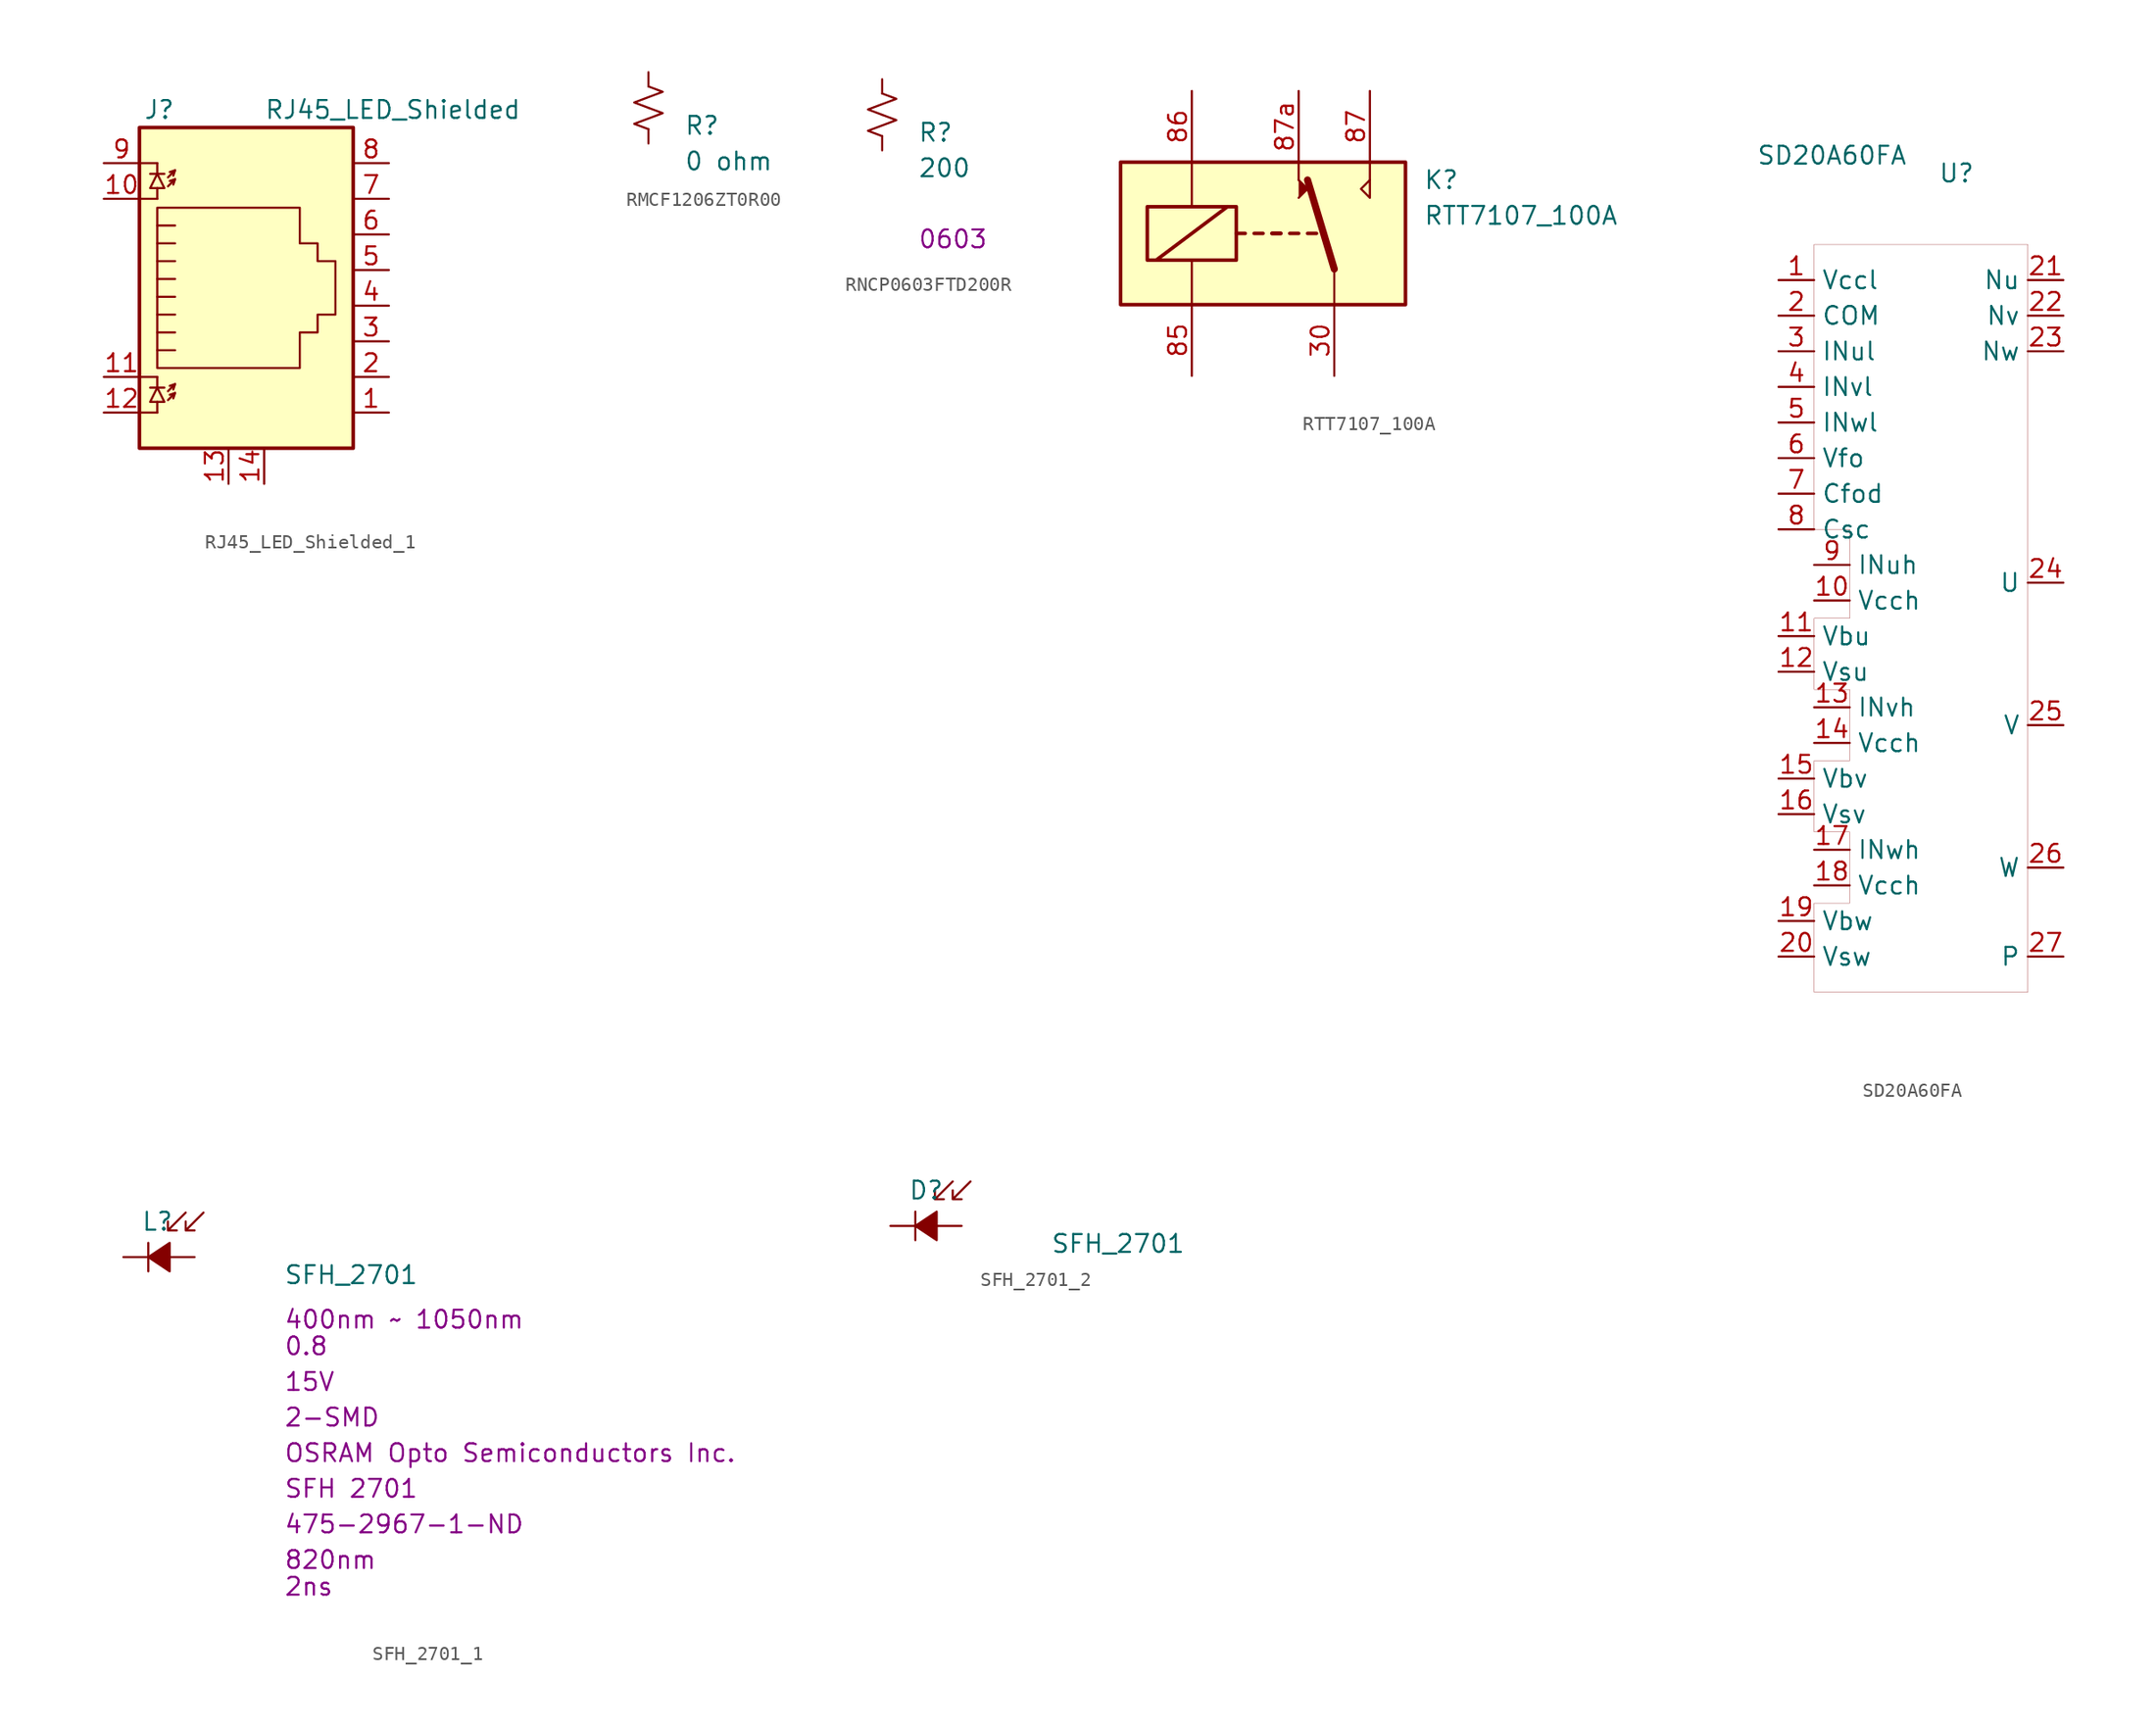
<source format=kicad_sym>
(kicad_symbol_lib
  (version 20231120)
  (generator "kicad_symbol_editor")
  (generator_version "8.0")
  (symbol "RJ45_LED_Shielded_1"
    (property "Reference" "J"
      (at -5.08 13.97 0)
      (effects (font (size 1.27 1.27)) (justify right)))
    (property "Value" "RJ45_LED_Shielded"
      (at 1.27 13.97 0)
      (effects (font (size 1.27 1.27)) (justify left)))
    (symbol "RJ45_LED_Shielded_1_0_0"
      (pin passive line (at 1.27 -12.7 90) (length 2.54) (name "~" (effects (font (size 1.27 1.27)))) (number "14" (effects (font (size 1.27 1.27))))))
    (symbol "RJ45_LED_Shielded_1_0_1"
      (polyline (pts (xy -7.62 -7.62) (xy -6.35 -7.62)) (stroke (width 0) (type default)) (fill (type none)))
      (polyline (pts (xy -7.62 -5.08) (xy -6.35 -5.08)) (stroke (width 0) (type default)) (fill (type none)))
      (polyline (pts (xy -7.62 7.62) (xy -6.35 7.62)) (stroke (width 0) (type default)) (fill (type none)))
      (polyline (pts (xy -7.62 10.16) (xy -6.35 10.16)) (stroke (width 0) (type default)) (fill (type none)))
      (polyline (pts (xy -6.858 -5.842) (xy -5.842 -5.842)) (stroke (width 0) (type default)) (fill (type none)))
      (polyline (pts (xy -6.858 9.398) (xy -5.842 9.398)) (stroke (width 0) (type default)) (fill (type none)))
      (polyline (pts (xy -6.35 -7.62) (xy -6.35 -6.858)) (stroke (width 0) (type default)) (fill (type none)))
      (polyline (pts (xy -6.35 -5.08) (xy -6.35 -5.842)) (stroke (width 0) (type default)) (fill (type none)))
      (polyline (pts (xy -6.35 7.62) (xy -6.35 8.382)) (stroke (width 0) (type default)) (fill (type none)))
      (polyline (pts (xy -6.35 10.16) (xy -6.35 9.398)) (stroke (width 0) (type default)) (fill (type none)))
      (polyline (pts (xy -5.08 -6.223) (xy -5.207 -6.604)) (stroke (width 0) (type default)) (fill (type none)))
      (polyline (pts (xy -5.08 -5.588) (xy -5.207 -5.969)) (stroke (width 0) (type default)) (fill (type none)))
      (polyline (pts (xy -5.08 4.445) (xy -6.35 4.445)) (stroke (width 0) (type default)) (fill (type none)))
      (polyline (pts (xy -5.08 5.715) (xy -6.35 5.715)) (stroke (width 0) (type default)) (fill (type none)))
      (polyline (pts (xy -5.08 9.017) (xy -5.207 8.636)) (stroke (width 0) (type default)) (fill (type none)))
      (polyline (pts (xy -5.08 9.652) (xy -5.207 9.271)) (stroke (width 0) (type default)) (fill (type none)))
      (polyline (pts (xy -6.35 -3.175) (xy -5.08 -3.175) (xy -5.08 -3.175)) (stroke (width 0) (type default)) (fill (type none)))
      (polyline (pts (xy -6.35 -1.905) (xy -5.08 -1.905) (xy -5.08 -1.905)) (stroke (width 0) (type default)) (fill (type none)))
      (polyline (pts (xy -6.35 -0.635) (xy -5.08 -0.635) (xy -5.08 -0.635)) (stroke (width 0) (type default)) (fill (type none)))
      (polyline (pts (xy -6.35 0.635) (xy -5.08 0.635) (xy -5.08 0.635)) (stroke (width 0) (type default)) (fill (type none)))
      (polyline (pts (xy -6.35 1.905) (xy -5.08 1.905) (xy -5.08 1.905)) (stroke (width 0) (type default)) (fill (type none)))
      (polyline (pts (xy -5.588 -6.731) (xy -5.08 -6.223) (xy -5.461 -6.35)) (stroke (width 0) (type default)) (fill (type none)))
      (polyline (pts (xy -5.588 -6.096) (xy -5.08 -5.588) (xy -5.461 -5.715)) (stroke (width 0) (type default)) (fill (type none)))
      (polyline (pts (xy -5.588 8.509) (xy -5.08 9.017) (xy -5.461 8.89)) (stroke (width 0) (type default)) (fill (type none)))
      (polyline (pts (xy -5.588 9.144) (xy -5.08 9.652) (xy -5.461 9.525)) (stroke (width 0) (type default)) (fill (type none)))
      (polyline (pts (xy -5.08 3.175) (xy -6.35 3.175) (xy -6.35 3.175)) (stroke (width 0) (type default)) (fill (type none)))
      (polyline (pts (xy -6.35 -5.842) (xy -6.858 -6.858) (xy -5.842 -6.858) (xy -6.35 -5.842)) (stroke (width 0) (type default)) (fill (type none)))
      (polyline (pts (xy -6.35 9.398) (xy -6.858 8.382) (xy -5.842 8.382) (xy -6.35 9.398)) (stroke (width 0) (type default)) (fill (type none)))
      (polyline (pts (xy -6.35 -4.445) (xy -6.35 6.985) (xy 3.81 6.985) (xy 3.81 4.445) (xy 5.08 4.445) (xy 5.08 3.175) (xy 6.35 3.175) (xy 6.35 -0.635) (xy 5.08 -0.635) (xy 5.08 -1.905) (xy 3.81 -1.905) (xy 3.81 -4.445) (xy -6.35 -4.445) (xy -6.35 -4.445)) (stroke (width 0) (type default)) (fill (type none)))
      (rectangle (start 7.62 12.7) (end -7.62 -10.16) (stroke (width 0.254) (type default)) (fill (type background))))
    (symbol "RJ45_LED_Shielded_1_1_1"
      (pin passive line (at 10.16 -7.62 180) (length 2.54) (name "~" (effects (font (size 1.27 1.27)))) (number "1" (effects (font (size 1.27 1.27)))))
      (pin passive line (at -10.16 7.62 0) (length 2.54) (name "~" (effects (font (size 1.27 1.27)))) (number "10" (effects (font (size 1.27 1.27)))))
      (pin passive line (at -10.16 -5.08 0) (length 2.54) (name "~" (effects (font (size 1.27 1.27)))) (number "11" (effects (font (size 1.27 1.27)))))
      (pin passive line (at -10.16 -7.62 0) (length 2.54) (name "~" (effects (font (size 1.27 1.27)))) (number "12" (effects (font (size 1.27 1.27)))))
      (pin passive line (at -1.27 -12.7 90) (length 2.54) (name "~" (effects (font (size 1.27 1.27)))) (number "13" (effects (font (size 1.27 1.27)))))
      (pin passive line (at 10.16 -5.08 180) (length 2.54) (name "~" (effects (font (size 1.27 1.27)))) (number "2" (effects (font (size 1.27 1.27)))))
      (pin passive line (at 10.16 -2.54 180) (length 2.54) (name "~" (effects (font (size 1.27 1.27)))) (number "3" (effects (font (size 1.27 1.27)))))
      (pin passive line (at 10.16 0 180) (length 2.54) (name "~" (effects (font (size 1.27 1.27)))) (number "4" (effects (font (size 1.27 1.27)))))
      (pin passive line (at 10.16 2.54 180) (length 2.54) (name "~" (effects (font (size 1.27 1.27)))) (number "5" (effects (font (size 1.27 1.27)))))
      (pin passive line (at 10.16 5.08 180) (length 2.54) (name "~" (effects (font (size 1.27 1.27)))) (number "6" (effects (font (size 1.27 1.27)))))
      (pin passive line (at 10.16 7.62 180) (length 2.54) (name "~" (effects (font (size 1.27 1.27)))) (number "7" (effects (font (size 1.27 1.27)))))
      (pin passive line (at 10.16 10.16 180) (length 2.54) (name "~" (effects (font (size 1.27 1.27)))) (number "8" (effects (font (size 1.27 1.27)))))
      (pin passive line (at -10.16 10.16 0) (length 2.54) (name "~" (effects (font (size 1.27 1.27)))) (number "9" (effects (font (size 1.27 1.27)))))))
  (symbol "RMCF1206ZT0R00"
    (pin_numbers hide)
    (pin_names
      (offset 0.254) hide)
    (property "Reference" "R"
      (at 2.54 -1.27 0)
      (effects (font (size 1.27 1.27)) (justify left)))
    (property "Value" "0 ohm"
      (at 2.54 -3.81 0)
      (effects (font (size 1.27 1.27)) (justify left)))
    (symbol "RMCF1206ZT0R00_1_1"
      (polyline (pts (xy 0 0) (xy 1.016 -0.381) (xy 0 -0.762) (xy -1.016 -1.143) (xy 0 -1.524)) (stroke (width 0) (type default)) (fill (type none)))
      (polyline (pts (xy 0 1.524) (xy 1.016 1.143) (xy 0 0.762) (xy -1.016 0.381) (xy 0 0)) (stroke (width 0) (type default)) (fill (type none)))
      (pin passive line (at 0 2.54 270) (length 1.016) (name "~" (effects (font (size 1.27 1.27)))) (number "1" (effects (font (size 1.27 1.27)))))
      (pin passive line (at 0 -2.54 90) (length 1.016) (name "~" (effects (font (size 1.27 1.27)))) (number "2" (effects (font (size 1.27 1.27)))))))
  (symbol "RNCP0603FTD200R"
    (pin_numbers hide)
    (pin_names
      (offset 0.254) hide)
    (property "Reference" "R"
      (at 2.54 -1.27 0)
      (effects (font (size 1.27 1.27)) (justify left)))
    (property "Value" "200	"
      (at 2.54 -3.81 0)
      (effects (font (size 1.27 1.27)) (justify left)))
    (property "Chip Set" "0603"
      (at 2.54 -8.89 0)
      (effects (font (size 1.27 1.27)) (justify left)))
    (symbol "RNCP0603FTD200R_1_1"
      (polyline (pts (xy 0 0) (xy 1.016 -0.381) (xy 0 -0.762) (xy -1.016 -1.143) (xy 0 -1.524)) (stroke (width 0) (type default)) (fill (type none)))
      (polyline (pts (xy 0 1.524) (xy 1.016 1.143) (xy 0 0.762) (xy -1.016 0.381) (xy 0 0)) (stroke (width 0) (type default)) (fill (type none)))
      (pin passive line (at 0 2.54 270) (length 1.016) (name "~" (effects (font (size 1.27 1.27)))) (number "1" (effects (font (size 1.27 1.27)))))
      (pin passive line (at 0 -2.54 90) (length 1.016) (name "~" (effects (font (size 1.27 1.27)))) (number "2" (effects (font (size 1.27 1.27)))))))
  (symbol "RTT7107_100A"
    (property "Reference" "K"
      (at 11.43 3.81 0)
      (effects (font (size 1.27 1.27)) (justify left)))
    (property "Value" "RTT7107_100A"
      (at 11.43 1.27 0)
      (effects (font (size 1.27 1.27)) (justify left)))
    (symbol "RTT7107_100A_1_0"
      (polyline (pts (xy 2.54 3.81) (xy 2.54 5.08)) (stroke (width 0) (type default)) (fill (type none)))
      (polyline (pts (xy 7.62 3.81) (xy 7.62 5.08)) (stroke (width 0) (type default)) (fill (type none)))
      (polyline (pts (xy 7.62 3.81) (xy 7.62 2.54) (xy 6.985 3.175) (xy 7.62 3.81)) (stroke (width 0) (type default)) (fill (type none))))
    (symbol "RTT7107_100A_1_1"
      (rectangle (start -10.16 5.08) (end 10.16 -5.08) (stroke (width 0.254) (type default)) (fill (type background)))
      (rectangle (start -8.255 1.905) (end -1.905 -1.905) (stroke (width 0.254) (type default)) (fill (type none)))
      (polyline (pts (xy -7.62 -1.905) (xy -2.54 1.905)) (stroke (width 0.254) (type default)) (fill (type none)))
      (polyline (pts (xy -5.08 -5.08) (xy -5.08 -1.905)) (stroke (width 0) (type default)) (fill (type none)))
      (polyline (pts (xy -5.08 5.08) (xy -5.08 1.905)) (stroke (width 0) (type default)) (fill (type none)))
      (polyline (pts (xy -1.905 0) (xy -1.27 0)) (stroke (width 0.254) (type default)) (fill (type none)))
      (polyline (pts (xy -0.635 0) (xy 0 0)) (stroke (width 0.254) (type default)) (fill (type none)))
      (polyline (pts (xy 0.635 0) (xy 1.27 0)) (stroke (width 0.254) (type default)) (fill (type none)))
      (polyline (pts (xy 0.635 0) (xy 1.27 0)) (stroke (width 0.254) (type default)) (fill (type none)))
      (polyline (pts (xy 1.905 0) (xy 2.54 0)) (stroke (width 0.254) (type default)) (fill (type none)))
      (polyline (pts (xy 3.175 0) (xy 3.81 0)) (stroke (width 0.254) (type default)) (fill (type none)))
      (polyline (pts (xy 5.08 -2.54) (xy 3.175 3.81)) (stroke (width 0.508) (type default)) (fill (type none)))
      (polyline (pts (xy 5.08 -2.54) (xy 5.08 -5.08)) (stroke (width 0) (type default)) (fill (type none)))
      (polyline (pts (xy 2.54 2.54) (xy 3.175 3.175) (xy 2.54 3.81)) (stroke (width 0) (type default)) (fill (type outline)))
      (pin passive line (at 5.08 -10.16 90) (length 5.08) (name "~" (effects (font (size 1.27 1.27)))) (number "30" (effects (font (size 1.27 1.27)))))
      (pin passive line (at -5.08 -10.16 90) (length 5.08) (name "~" (effects (font (size 1.27 1.27)))) (number "85" (effects (font (size 1.27 1.27)))))
      (pin passive line (at -5.08 10.16 270) (length 5.08) (name "~" (effects (font (size 1.27 1.27)))) (number "86" (effects (font (size 1.27 1.27)))))
      (pin passive line (at 7.62 10.16 270) (length 5.08) (name "~" (effects (font (size 1.27 1.27)))) (number "87" (effects (font (size 1.27 1.27)))))
      (pin passive line (at 2.54 10.16 270) (length 5.08) (name "~" (effects (font (size 1.27 1.27)))) (number "87a" (effects (font (size 1.27 1.27)))))))
  (symbol "SD20A60FA"
    (property "Reference" "U"
      (at 2.54 7.62 0)
      (effects (font (size 1.27 1.27))))
    (property "Value" "SD20A60FA"
      (at -6.35 8.89 0)
      (effects (font (size 1.27 1.27))))
    (symbol "SD20A60FA_0_1"
      (polyline (pts (xy -7.62 2.54) (xy -7.62 -17.78) (xy -5.08 -17.78) (xy -5.08 -24.13) (xy -7.62 -24.13) (xy -7.62 -29.21) (xy -5.08 -29.21) (xy -5.08 -34.29) (xy -7.62 -34.29) (xy -7.62 -39.37) (xy -5.08 -39.37) (xy -5.08 -44.45) (xy -7.62 -44.45) (xy -7.62 -50.8) (xy 7.62 -50.8) (xy 7.62 2.54) (xy -7.62 2.54)) (stroke (width 0.001) (type default)) (fill (type none))))
    (symbol "SD20A60FA_1_1"
      (pin input line (at -10.16 0 0) (length 2.54) (name "Vccl" (effects (font (size 1.27 1.27)))) (number "1" (effects (font (size 1.27 1.27)))))
      (pin input line (at -7.62 -22.86 0) (length 2.54) (name "Vcch" (effects (font (size 1.27 1.27)))) (number "10" (effects (font (size 1.27 1.27)))))
      (pin input line (at -10.16 -25.4 0) (length 2.54) (name "Vbu" (effects (font (size 1.27 1.27)))) (number "11" (effects (font (size 1.27 1.27)))))
      (pin input line (at -10.16 -27.94 0) (length 2.54) (name "Vsu" (effects (font (size 1.27 1.27)))) (number "12" (effects (font (size 1.27 1.27)))))
      (pin input line (at -7.62 -30.48 0) (length 2.54) (name "INvh" (effects (font (size 1.27 1.27)))) (number "13" (effects (font (size 1.27 1.27)))))
      (pin input line (at -7.62 -33.02 0) (length 2.54) (name "Vcch" (effects (font (size 1.27 1.27)))) (number "14" (effects (font (size 1.27 1.27)))))
      (pin input line (at -10.16 -35.56 0) (length 2.54) (name "Vbv" (effects (font (size 1.27 1.27)))) (number "15" (effects (font (size 1.27 1.27)))))
      (pin input line (at -10.16 -38.1 0) (length 2.54) (name "Vsv" (effects (font (size 1.27 1.27)))) (number "16" (effects (font (size 1.27 1.27)))))
      (pin input line (at -7.62 -40.64 0) (length 2.54) (name "INwh" (effects (font (size 1.27 1.27)))) (number "17" (effects (font (size 1.27 1.27)))))
      (pin input line (at -7.62 -43.18 0) (length 2.54) (name "Vcch" (effects (font (size 1.27 1.27)))) (number "18" (effects (font (size 1.27 1.27)))))
      (pin input line (at -10.16 -45.72 0) (length 2.54) (name "Vbw" (effects (font (size 1.27 1.27)))) (number "19" (effects (font (size 1.27 1.27)))))
      (pin input line (at -10.16 -2.54 0) (length 2.54) (name "COM" (effects (font (size 1.27 1.27)))) (number "2" (effects (font (size 1.27 1.27)))))
      (pin input line (at -10.16 -48.26 0) (length 2.54) (name "Vsw" (effects (font (size 1.27 1.27)))) (number "20" (effects (font (size 1.27 1.27)))))
      (pin input line (at 10.16 0 180) (length 2.54) (name "Nu" (effects (font (size 1.27 1.27)))) (number "21" (effects (font (size 1.27 1.27)))))
      (pin input line (at 10.16 -2.54 180) (length 2.54) (name "Nv" (effects (font (size 1.27 1.27)))) (number "22" (effects (font (size 1.27 1.27)))))
      (pin input line (at 10.16 -5.08 180) (length 2.54) (name "Nw" (effects (font (size 1.27 1.27)))) (number "23" (effects (font (size 1.27 1.27)))))
      (pin input line (at 10.16 -21.59 180) (length 2.54) (name "U" (effects (font (size 1.27 1.27)))) (number "24" (effects (font (size 1.27 1.27)))))
      (pin input line (at 10.16 -31.75 180) (length 2.54) (name "V" (effects (font (size 1.27 1.27)))) (number "25" (effects (font (size 1.27 1.27)))))
      (pin input line (at 10.16 -41.91 180) (length 2.54) (name "W" (effects (font (size 1.27 1.27)))) (number "26" (effects (font (size 1.27 1.27)))))
      (pin input line (at 10.16 -48.26 180) (length 2.54) (name "P" (effects (font (size 1.27 1.27)))) (number "27" (effects (font (size 1.27 1.27)))))
      (pin input line (at -10.16 -5.08 0) (length 2.54) (name "INul" (effects (font (size 1.27 1.27)))) (number "3" (effects (font (size 1.27 1.27)))))
      (pin input line (at -10.16 -7.62 0) (length 2.54) (name "INvl" (effects (font (size 1.27 1.27)))) (number "4" (effects (font (size 1.27 1.27)))))
      (pin input line (at -10.16 -10.16 0) (length 2.54) (name "INwl" (effects (font (size 1.27 1.27)))) (number "5" (effects (font (size 1.27 1.27)))))
      (pin input line (at -10.16 -12.7 0) (length 2.54) (name "Vfo" (effects (font (size 1.27 1.27)))) (number "6" (effects (font (size 1.27 1.27)))))
      (pin input line (at -10.16 -15.24 0) (length 2.54) (name "Cfod" (effects (font (size 1.27 1.27)))) (number "7" (effects (font (size 1.27 1.27)))))
      (pin input line (at -10.16 -17.78 0) (length 2.54) (name "Csc" (effects (font (size 1.27 1.27)))) (number "8" (effects (font (size 1.27 1.27)))))
      (pin input line (at -7.62 -20.32 0) (length 2.54) (name "INuh" (effects (font (size 1.27 1.27)))) (number "9" (effects (font (size 1.27 1.27)))))))
  (symbol "SFH_2701_1"
    (pin_numbers hide)
    (pin_names
      (offset 0.254) hide)
    (property "Reference" "L"
      (at -1.27 2.54 0)
      (effects (font (size 1.27 1.27)) (justify left)))
    (property "Value" "SFH_2701"
      (at 8.89 -1.27 0)
      (effects (font (size 1.27 1.27)) (justify left)))
    (property "Voltage - Forward" "0.8"
      (at 8.89 -6.35 0)
      (effects (font (size 1.27 1.27)) (justify left)))
    (property "Voltage - DC Reverse" "15V"
      (at 8.89 -8.89 0)
      (effects (font (size 1.27 1.27)) (justify left)))
    (property "Chip set" "2-SMD"
      (at 8.89 -11.43 0)
      (effects (font (size 1.27 1.27)) (justify left)))
    (property "Wavelength" "820nm"
      (at 8.89 -21.59 0)
      (effects (font (size 1.27 1.27)) (justify left)))
    (property "Spectral Range" "400nm ~ 1050nm"
      (at 8.89 -4.445 0)
      (effects (font (size 1.27 1.27)) (justify left)))
    (property "Response Time" "2ns"
      (at 8.89 -23.495 0)
      (effects (font (size 1.27 1.27)) (justify left)))
    (property "Manufacturer" "OSRAM Opto Semiconductors Inc."
      (at 8.89 -13.97 0)
      (effects (font (size 1.27 1.27)) (justify left)))
    (property "MPN" "SFH 2701"
      (at 8.89 -16.51 0)
      (effects (font (size 1.27 1.27)) (justify left)))
    (property "Digi-Key_PN" "475-2967-1-ND"
      (at 8.89 -19.05 0)
      (effects (font (size 1.27 1.27)) (justify left)))
    (symbol "SFH_2701_1_0_1"
      (polyline (pts (xy -0.762 -1.016) (xy -0.762 1.016)) (stroke (width 0) (type default)) (fill (type none)))
      (polyline (pts (xy -0.762 0) (xy 0.762 0)) (stroke (width 0) (type default)) (fill (type none)))
      (polyline (pts (xy 0.762 -1.016) (xy -0.762 0) (xy 0.762 1.016) (xy 0.762 -1.016)) (stroke (width 0) (type default)) (fill (type outline))))
    (symbol "SFH_2701_1_1_1"
      (polyline (pts (xy 0.635 1.905) (xy 1.27 1.905) (xy 0.635 1.905) (xy 0.635 2.54) (xy 0.635 1.905) (xy 1.905 3.175)) (stroke (width 0) (type default)) (fill (type none)))
      (polyline (pts (xy 1.905 1.905) (xy 1.905 2.54) (xy 1.905 1.905) (xy 2.54 1.905) (xy 1.905 1.905) (xy 3.175 3.175)) (stroke (width 0) (type default)) (fill (type none)))
      (pin passive line (at -2.54 0 0) (length 1.778) (name "K" (effects (font (size 1.27 1.27)))) (number "1" (effects (font (size 1.27 1.27)))))
      (pin passive line (at 2.54 0 180) (length 1.778) (name "A" (effects (font (size 1.27 1.27)))) (number "2" (effects (font (size 1.27 1.27)))))))
  (symbol "SFH_2701_2"
    (pin_numbers hide)
    (pin_names
      (offset 0.254) hide)
    (property "Reference" "D"
      (at -1.27 2.54 0)
      (effects (font (size 1.27 1.27)) (justify left)))
    (property "Value" "SFH_2701"
      (at 8.89 -1.27 0)
      (effects (font (size 1.27 1.27)) (justify left)))
    (symbol "SFH_2701_2_0_1"
      (polyline (pts (xy -0.762 -1.016) (xy -0.762 1.016)) (stroke (width 0) (type default)) (fill (type none)))
      (polyline (pts (xy -0.762 0) (xy 0.762 0)) (stroke (width 0) (type default)) (fill (type none)))
      (polyline (pts (xy 0.762 -1.016) (xy -0.762 0) (xy 0.762 1.016) (xy 0.762 -1.016)) (stroke (width 0) (type default)) (fill (type outline))))
    (symbol "SFH_2701_2_1_1"
      (polyline (pts (xy 0.635 1.905) (xy 1.27 1.905) (xy 0.635 1.905) (xy 0.635 2.54) (xy 0.635 1.905) (xy 1.905 3.175)) (stroke (width 0) (type default)) (fill (type none)))
      (polyline (pts (xy 1.905 1.905) (xy 1.905 2.54) (xy 1.905 1.905) (xy 2.54 1.905) (xy 1.905 1.905) (xy 3.175 3.175)) (stroke (width 0) (type default)) (fill (type none)))
      (pin passive line (at -2.54 0 0) (length 1.778) (name "K" (effects (font (size 1.27 1.27)))) (number "1" (effects (font (size 1.27 1.27)))))
      (pin passive line (at 2.54 0 180) (length 1.778) (name "A" (effects (font (size 1.27 1.27)))) (number "2" (effects (font (size 1.27 1.27))))))))
</source>
